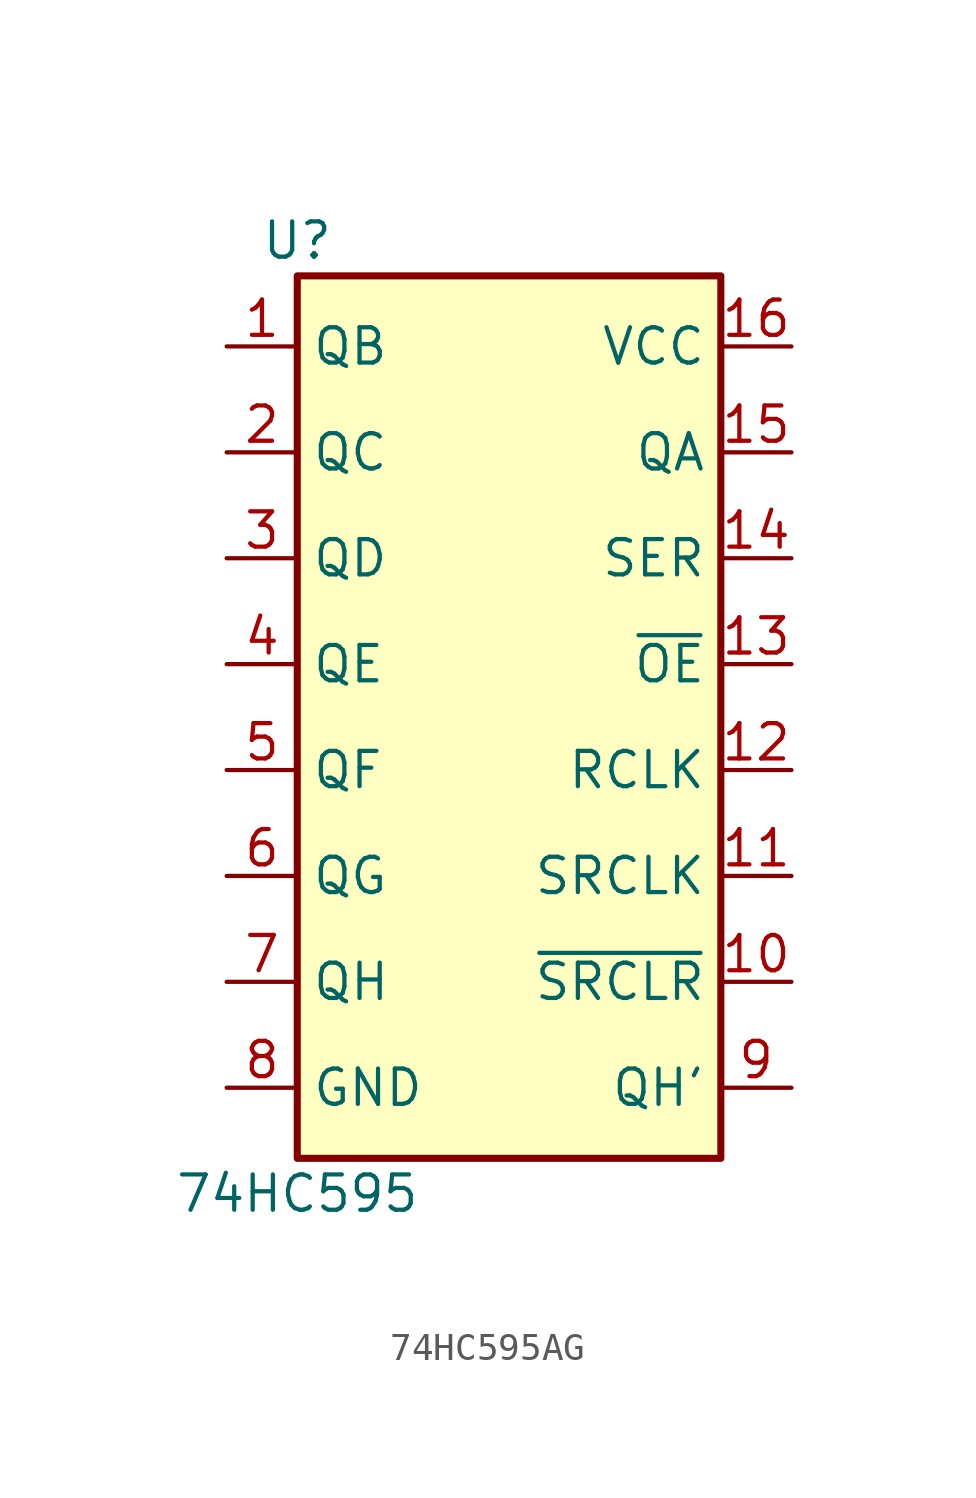
<source format=kicad_sym>
(kicad_symbol_lib
  (version 20220914)
  (generator kicad_symbol_editor)
  (symbol "74HC595AG"
    (property "Reference" "U"
      (at -7.62 13.97 0)
      (effects (font (size 1.27 1.27))))
    (property "Value" "74HC595"
      (at -7.62 -20.32 0)
      (effects (font (size 1.27 1.27))))
    (symbol "74HC595AG_1_0"
      (pin tri_state line (at -10.16 10.16 0) (length 2.54) (name "QB" (effects (font (size 1.27 1.27)))) (number "1" (effects (font (size 1.27 1.27)))))
      (pin input line (at 10.16 -12.7 180) (length 2.54) (name "~{SRCLR}" (effects (font (size 1.27 1.27)))) (number "10" (effects (font (size 1.27 1.27)))))
      (pin input line (at 10.16 -8.89 180) (length 2.54) (name "SRCLK" (effects (font (size 1.27 1.27)))) (number "11" (effects (font (size 1.27 1.27)))))
      (pin input line (at 10.16 -5.08 180) (length 2.54) (name "RCLK" (effects (font (size 1.27 1.27)))) (number "12" (effects (font (size 1.27 1.27)))))
      (pin input line (at 10.16 -1.27 180) (length 2.54) (name "~{OE}" (effects (font (size 1.27 1.27)))) (number "13" (effects (font (size 1.27 1.27)))))
      (pin input line (at 10.16 2.54 180) (length 2.54) (name "SER" (effects (font (size 1.27 1.27)))) (number "14" (effects (font (size 1.27 1.27)))))
      (pin tri_state line (at 10.16 6.35 180) (length 2.54) (name "QA" (effects (font (size 1.27 1.27)))) (number "15" (effects (font (size 1.27 1.27)))))
      (pin power_in line (at 10.16 10.16 180) (length 2.54) (name "VCC" (effects (font (size 1.27 1.27)))) (number "16" (effects (font (size 1.27 1.27)))))
      (pin tri_state line (at -10.16 6.35 0) (length 2.54) (name "QC" (effects (font (size 1.27 1.27)))) (number "2" (effects (font (size 1.27 1.27)))))
      (pin tri_state line (at -10.16 2.54 0) (length 2.54) (name "QD" (effects (font (size 1.27 1.27)))) (number "3" (effects (font (size 1.27 1.27)))))
      (pin tri_state line (at -10.16 -1.27 0) (length 2.54) (name "QE" (effects (font (size 1.27 1.27)))) (number "4" (effects (font (size 1.27 1.27)))))
      (pin tri_state line (at -10.16 -5.08 0) (length 2.54) (name "QF" (effects (font (size 1.27 1.27)))) (number "5" (effects (font (size 1.27 1.27)))))
      (pin tri_state line (at -10.16 -8.89 0) (length 2.54) (name "QG" (effects (font (size 1.27 1.27)))) (number "6" (effects (font (size 1.27 1.27)))))
      (pin tri_state line (at -10.16 -12.7 0) (length 2.54) (name "QH" (effects (font (size 1.27 1.27)))) (number "7" (effects (font (size 1.27 1.27)))))
      (pin power_in line (at -10.16 -16.51 0) (length 2.54) (name "GND" (effects (font (size 1.27 1.27)))) (number "8" (effects (font (size 1.27 1.27)))))
      (pin output line (at 10.16 -16.51 180) (length 2.54) (name "QH'" (effects (font (size 1.27 1.27)))) (number "9" (effects (font (size 1.27 1.27))))))
    (symbol "74HC595AG_1_1"
      (rectangle (start -7.62 12.7) (end 7.62 -19.05) (stroke (width 0.254) (type default)) (fill (type background))))))
</source>
